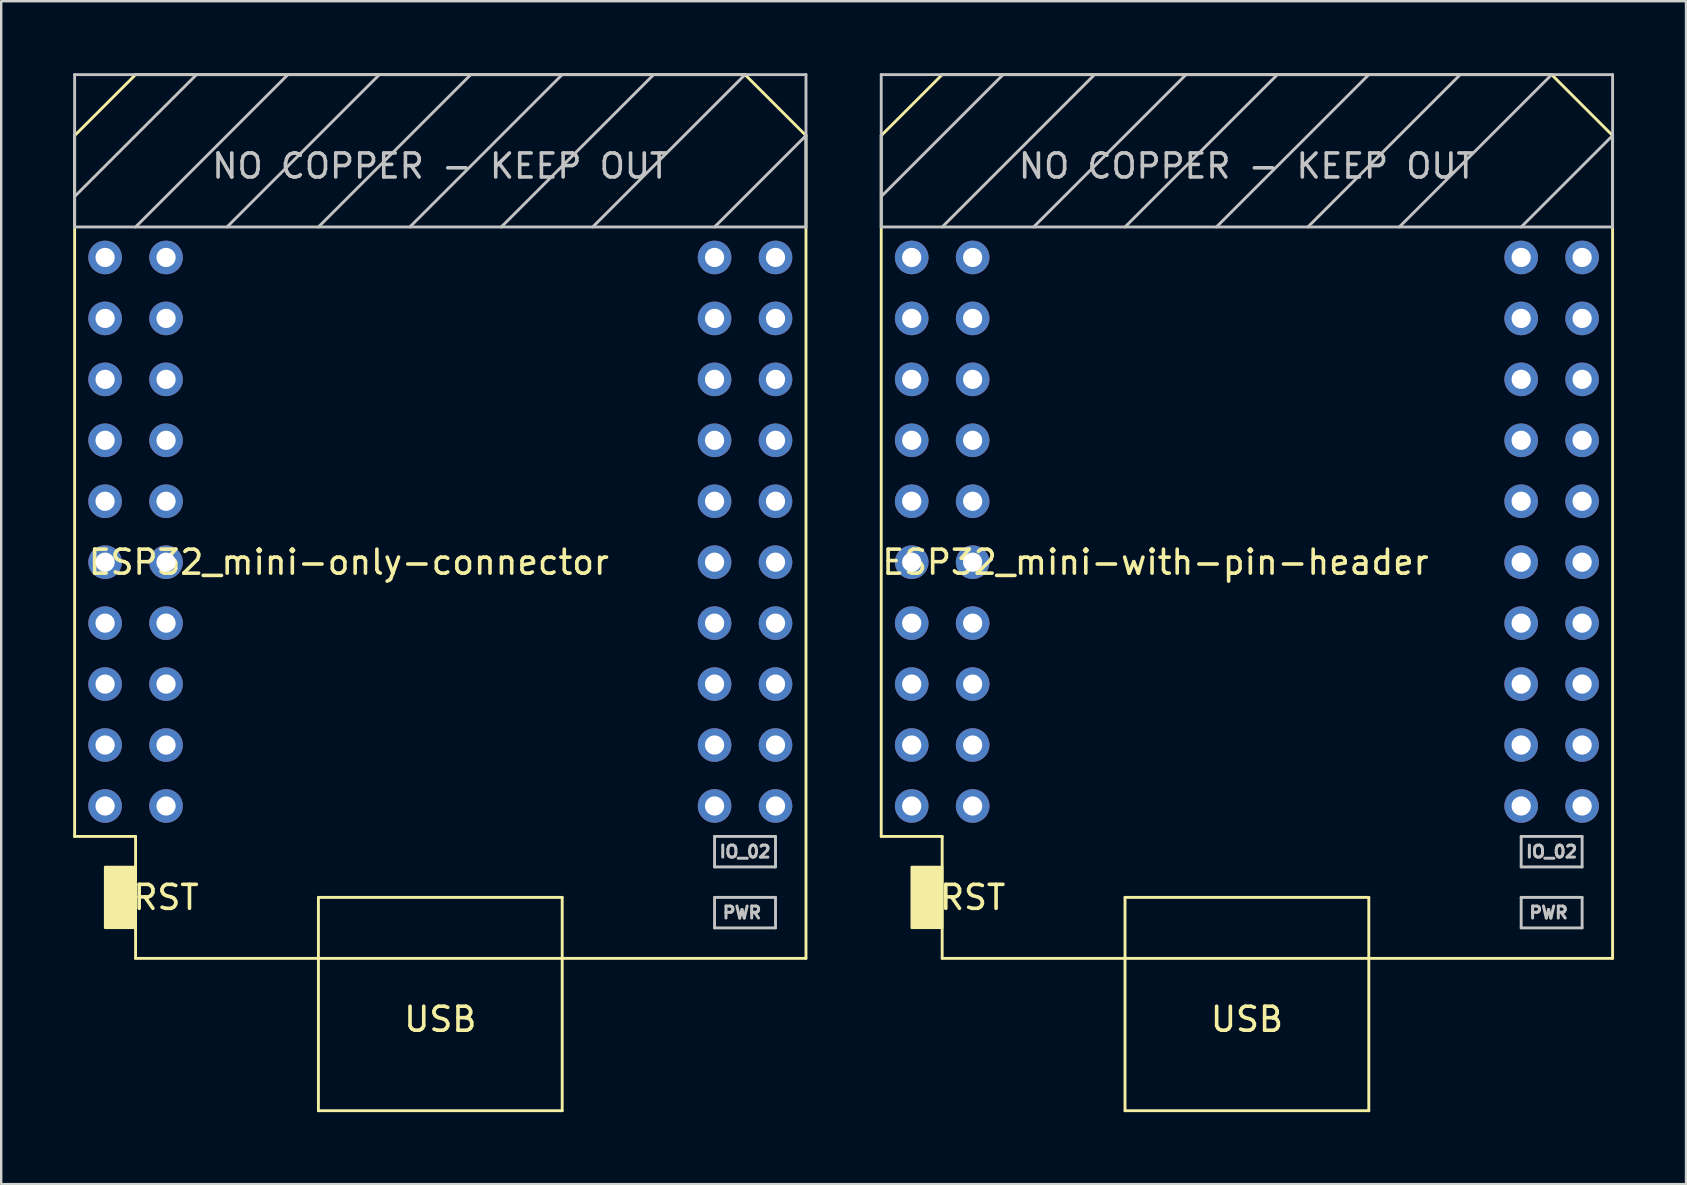
<source format=kicad_pcb>
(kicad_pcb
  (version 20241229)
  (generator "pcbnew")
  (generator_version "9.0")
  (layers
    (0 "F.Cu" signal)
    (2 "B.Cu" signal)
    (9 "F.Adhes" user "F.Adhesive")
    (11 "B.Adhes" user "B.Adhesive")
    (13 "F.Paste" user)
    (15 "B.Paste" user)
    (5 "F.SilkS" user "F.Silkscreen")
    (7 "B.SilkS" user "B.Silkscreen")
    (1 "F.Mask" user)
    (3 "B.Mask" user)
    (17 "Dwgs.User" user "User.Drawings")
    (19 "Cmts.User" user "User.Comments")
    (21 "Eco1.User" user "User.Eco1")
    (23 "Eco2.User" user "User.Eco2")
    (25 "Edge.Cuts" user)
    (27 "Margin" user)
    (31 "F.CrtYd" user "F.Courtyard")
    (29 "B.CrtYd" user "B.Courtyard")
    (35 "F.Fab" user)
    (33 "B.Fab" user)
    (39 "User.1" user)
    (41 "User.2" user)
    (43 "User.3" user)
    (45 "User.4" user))
  (footprint "ESP32_mini-with-pin-header"
    (layer "F.Cu")
    (at 48.916 19.11)
    (property "Reference" "ESP32_mini-with-pin-header" (at -3.81 1.27 0) (layer "F.SilkS") (effects (font (size 1 1) (thickness 0.15))))
    (attr through_hole)
    (fp_line (start -15.24 -16.51) (end -15.24 12.7) (stroke (width 0.12) (type solid)) (layer "F.SilkS"))
    (fp_line (start -15.24 12.7) (end -12.7 12.7) (stroke (width 0.12) (type solid)) (layer "F.SilkS"))
    (fp_line (start -12.7 -19.05) (end -15.24 -16.51) (stroke (width 0.12) (type solid)) (layer "F.SilkS"))
    (fp_line (start -12.7 -19.05) (end -11.43 -19.05) (stroke (width 0.12) (type solid)) (layer "F.SilkS"))
    (fp_line (start -12.7 12.7) (end -12.7 17.78) (stroke (width 0.12) (type solid)) (layer "F.SilkS"))
    (fp_line (start -12.7 17.78) (end 15.24 17.78) (stroke (width 0.12) (type solid)) (layer "F.SilkS"))
    (fp_line (start -5.08 15.24) (end 5.08 15.24) (stroke (width 0.12) (type solid)) (layer "F.SilkS"))
    (fp_line (start -5.08 17.78) (end -5.08 15.24) (stroke (width 0.12) (type solid)) (layer "F.SilkS"))
    (fp_line (start -5.08 17.78) (end -5.08 24.13) (stroke (width 0.12) (type solid)) (layer "F.SilkS"))
    (fp_line (start -5.08 24.13) (end 5.08 24.13) (stroke (width 0.12) (type solid)) (layer "F.SilkS"))
    (fp_line (start 5.08 15.24) (end 5.08 17.78) (stroke (width 0.12) (type solid)) (layer "F.SilkS"))
    (fp_line (start 5.08 24.13) (end 5.08 17.78) (stroke (width 0.12) (type solid)) (layer "F.SilkS"))
    (fp_line (start 12.7 -19.05) (end -11.43 -19.05) (stroke (width 0.12) (type solid)) (layer "F.SilkS"))
    (fp_line (start 12.7 -19.05) (end 15.24 -16.51) (stroke (width 0.12) (type solid)) (layer "F.SilkS"))
    (fp_line (start 15.24 -16.51) (end 15.24 17.78) (stroke (width 0.12) (type solid)) (layer "F.SilkS"))
    (fp_poly (pts (xy -13.97 16.51) (xy -13.97 13.97) (xy -12.7 13.97) (xy -12.7 16.51)) (stroke (width 0.1) (type solid)) (fill yes) (layer "F.SilkS"))
    (fp_line (start -15.24 -19.05) (end -15.24 -12.7) (stroke (width 0.12) (type solid)) (layer "Dwgs.User"))
    (fp_line (start -15.24 -12.7) (end 15.24 -12.7) (stroke (width 0.12) (type solid)) (layer "Dwgs.User"))
    (fp_line (start -10.16 -19.05) (end -15.24 -13.97) (stroke (width 0.12) (type solid)) (layer "Dwgs.User"))
    (fp_line (start -6.35 -19.05) (end -12.7 -12.7) (stroke (width 0.12) (type solid)) (layer "Dwgs.User"))
    (fp_line (start -2.54 -19.05) (end -8.89 -12.7) (stroke (width 0.12) (type solid)) (layer "Dwgs.User"))
    (fp_line (start 1.27 -19.05) (end -5.08 -12.7) (stroke (width 0.12) (type solid)) (layer "Dwgs.User"))
    (fp_line (start 5.08 -19.05) (end -1.27 -12.7) (stroke (width 0.12) (type solid)) (layer "Dwgs.User"))
    (fp_line (start 8.89 -19.05) (end 2.54 -12.7) (stroke (width 0.12) (type solid)) (layer "Dwgs.User"))
    (fp_line (start 11.43 12.7) (end 11.43 13.97) (stroke (width 0.12) (type solid)) (layer "Dwgs.User"))
    (fp_line (start 11.43 13.97) (end 13.97 13.97) (stroke (width 0.12) (type solid)) (layer "Dwgs.User"))
    (fp_line (start 11.43 15.24) (end 13.97 15.24) (stroke (width 0.12) (type solid)) (layer "Dwgs.User"))
    (fp_line (start 11.43 16.51) (end 11.43 15.24) (stroke (width 0.12) (type solid)) (layer "Dwgs.User"))
    (fp_line (start 12.7 -19.05) (end 6.35 -12.7) (stroke (width 0.12) (type solid)) (layer "Dwgs.User"))
    (fp_line (start 13.97 12.7) (end 11.43 12.7) (stroke (width 0.12) (type solid)) (layer "Dwgs.User"))
    (fp_line (start 13.97 13.97) (end 13.97 12.7) (stroke (width 0.12) (type solid)) (layer "Dwgs.User"))
    (fp_line (start 13.97 15.24) (end 13.97 16.51) (stroke (width 0.12) (type solid)) (layer "Dwgs.User"))
    (fp_line (start 13.97 16.51) (end 11.43 16.51) (stroke (width 0.12) (type solid)) (layer "Dwgs.User"))
    (fp_line (start 15.24 -19.05) (end -15.24 -19.05) (stroke (width 0.12) (type solid)) (layer "Dwgs.User"))
    (fp_line (start 15.24 -16.51) (end 11.43 -12.7) (stroke (width 0.12) (type solid)) (layer "Dwgs.User"))
    (fp_line (start 15.24 -12.7) (end 15.24 -19.05) (stroke (width 0.12) (type solid)) (layer "Dwgs.User"))
    (fp_text user "RST" (at -11.43 15.24 0) (layer "F.SilkS") (effects (font (size 1 1) (thickness 0.15))))
    (fp_text user "USB" (at 0 20.32 0) (layer "F.SilkS") (effects (font (size 1 1) (thickness 0.15))))
    (fp_text user "PWR" (at 12.573 15.875 0) (layer "Dwgs.User") (effects (font (size 0.5 0.5) (thickness 0.125))))
    (fp_text user "IO_02" (at 12.7 13.335 0) (layer "Dwgs.User") (effects (font (size 0.5 0.5) (thickness 0.125))))
    (fp_text user "NO COPPER - KEEP OUT" (at 0 -15.24 0) (layer "Dwgs.User") (effects (font (size 1 1) (thickness 0.15))))
    (pad "1" thru_hole circle (at -13.97 -11.43 270) (size 1.4 1.4) (drill 0.8) (layers "*.Cu" "*.Mask"))
    (pad "2" thru_hole circle (at -11.43 -11.43 270) (size 1.4 1.4) (drill 0.8) (layers "*.Cu" "*.Mask"))
    (pad "3" thru_hole circle (at -13.97 -8.89 270) (size 1.4 1.4) (drill 0.8) (layers "*.Cu" "*.Mask"))
    (pad "4" thru_hole circle (at -11.43 -8.89 270) (size 1.4 1.4) (drill 0.8) (layers "*.Cu" "*.Mask"))
    (pad "5" thru_hole circle (at -13.97 -6.35 270) (size 1.4 1.4) (drill 0.8) (layers "*.Cu" "*.Mask"))
    (pad "6" thru_hole circle (at -11.43 -6.35 270) (size 1.4 1.4) (drill 0.8) (layers "*.Cu" "*.Mask"))
    (pad "7" thru_hole circle (at -13.97 -3.81 270) (size 1.4 1.4) (drill 0.8) (layers "*.Cu" "*.Mask"))
    (pad "8" thru_hole circle (at -11.43 -3.81 270) (size 1.4 1.4) (drill 0.8) (layers "*.Cu" "*.Mask"))
    (pad "9" thru_hole circle (at -13.97 -1.27 270) (size 1.4 1.4) (drill 0.8) (layers "*.Cu" "*.Mask"))
    (pad "10" thru_hole circle (at -11.43 -1.27 270) (size 1.4 1.4) (drill 0.8) (layers "*.Cu" "*.Mask"))
    (pad "11" thru_hole circle (at -13.97 1.27 270) (size 1.4 1.4) (drill 0.8) (layers "*.Cu" "*.Mask"))
    (pad "12" thru_hole circle (at -11.43 1.27 270) (size 1.4 1.4) (drill 0.8) (layers "*.Cu" "*.Mask"))
    (pad "13" thru_hole circle (at -13.97 3.81 270) (size 1.4 1.4) (drill 0.8) (layers "*.Cu" "*.Mask"))
    (pad "14" thru_hole circle (at -11.43 3.81 270) (size 1.4 1.4) (drill 0.8) (layers "*.Cu" "*.Mask"))
    (pad "15" thru_hole circle (at -13.97 6.35 270) (size 1.4 1.4) (drill 0.8) (layers "*.Cu" "*.Mask"))
    (pad "16" thru_hole circle (at -11.43 6.35 270) (size 1.4 1.4) (drill 0.8) (layers "*.Cu" "*.Mask"))
    (pad "17" thru_hole circle (at -13.97 8.89 270) (size 1.4 1.4) (drill 0.8) (layers "*.Cu" "*.Mask"))
    (pad "18" thru_hole circle (at -11.43 8.89 270) (size 1.4 1.4) (drill 0.8) (layers "*.Cu" "*.Mask"))
    (pad "19" thru_hole circle (at -13.97 11.43 270) (size 1.4 1.4) (drill 0.8) (layers "*.Cu" "*.Mask"))
    (pad "20" thru_hole circle (at -11.43 11.43 270) (size 1.4 1.4) (drill 0.8) (layers "*.Cu" "*.Mask"))
    (pad "21" thru_hole circle (at 11.43 -11.43 270) (size 1.4 1.4) (drill 0.8) (layers "*.Cu" "*.Mask"))
    (pad "22" thru_hole circle (at 13.97 -11.43 270) (size 1.4 1.4) (drill 0.8) (layers "*.Cu" "*.Mask"))
    (pad "23" thru_hole circle (at 11.43 -8.89 270) (size 1.4 1.4) (drill 0.8) (layers "*.Cu" "*.Mask"))
    (pad "24" thru_hole circle (at 13.97 -8.89 270) (size 1.4 1.4) (drill 0.8) (layers "*.Cu" "*.Mask"))
    (pad "25" thru_hole circle (at 11.43 -6.35 270) (size 1.4 1.4) (drill 0.8) (layers "*.Cu" "*.Mask"))
    (pad "26" thru_hole circle (at 13.97 -6.35 270) (size 1.4 1.4) (drill 0.8) (layers "*.Cu" "*.Mask"))
    (pad "27" thru_hole circle (at 11.43 -3.81 270) (size 1.4 1.4) (drill 0.8) (layers "*.Cu" "*.Mask"))
    (pad "28" thru_hole circle (at 13.97 -3.81 270) (size 1.4 1.4) (drill 0.8) (layers "*.Cu" "*.Mask"))
    (pad "29" thru_hole circle (at 11.43 -1.27 270) (size 1.4 1.4) (drill 0.8) (layers "*.Cu" "*.Mask"))
    (pad "30" thru_hole circle (at 13.97 -1.27 270) (size 1.4 1.4) (drill 0.8) (layers "*.Cu" "*.Mask"))
    (pad "31" thru_hole circle (at 11.43 1.27 270) (size 1.4 1.4) (drill 0.8) (layers "*.Cu" "*.Mask"))
    (pad "32" thru_hole circle (at 13.97 1.27 270) (size 1.4 1.4) (drill 0.8) (layers "*.Cu" "*.Mask"))
    (pad "33" thru_hole circle (at 11.43 3.81 270) (size 1.4 1.4) (drill 0.8) (layers "*.Cu" "*.Mask"))
    (pad "34" thru_hole circle (at 13.97 3.81 270) (size 1.4 1.4) (drill 0.8) (layers "*.Cu" "*.Mask"))
    (pad "35" thru_hole circle (at 11.43 6.35 270) (size 1.4 1.4) (drill 0.8) (layers "*.Cu" "*.Mask"))
    (pad "36" thru_hole circle (at 13.97 6.35 270) (size 1.4 1.4) (drill 0.8) (layers "*.Cu" "*.Mask"))
    (pad "37" thru_hole circle (at 11.43 8.89 270) (size 1.4 1.4) (drill 0.8) (layers "*.Cu" "*.Mask"))
    (pad "38" thru_hole circle (at 13.97 8.89 270) (size 1.4 1.4) (drill 0.8) (layers "*.Cu" "*.Mask"))
    (pad "39" thru_hole circle (at 11.43 11.43 270) (size 1.4 1.4) (drill 0.8) (layers "*.Cu" "*.Mask"))
    (pad "40" thru_hole circle (at 13.97 11.43 270) (size 1.4 1.4) (drill 0.8) (layers "*.Cu" "*.Mask")))
  (footprint "ESP32_mini-only-connector"
    (layer "F.Cu")
    (at 15.3 19.11)
    (property "Reference" "ESP32_mini-only-connector" (at -3.81 1.27 0) (layer "F.SilkS") (effects (font (size 1 1) (thickness 0.15))))
    (attr through_hole)
    (fp_line (start -15.24 -16.51) (end -15.24 12.7) (stroke (width 0.12) (type solid)) (layer "F.SilkS"))
    (fp_line (start -15.24 12.7) (end -12.7 12.7) (stroke (width 0.12) (type solid)) (layer "F.SilkS"))
    (fp_line (start -12.7 -19.05) (end -15.24 -16.51) (stroke (width 0.12) (type solid)) (layer "F.SilkS"))
    (fp_line (start -12.7 -19.05) (end -11.43 -19.05) (stroke (width 0.12) (type solid)) (layer "F.SilkS"))
    (fp_line (start -12.7 12.7) (end -12.7 17.78) (stroke (width 0.12) (type solid)) (layer "F.SilkS"))
    (fp_line (start -12.7 17.78) (end 15.24 17.78) (stroke (width 0.12) (type solid)) (layer "F.SilkS"))
    (fp_line (start -5.08 15.24) (end 5.08 15.24) (stroke (width 0.12) (type solid)) (layer "F.SilkS"))
    (fp_line (start -5.08 17.78) (end -5.08 15.24) (stroke (width 0.12) (type solid)) (layer "F.SilkS"))
    (fp_line (start -5.08 17.78) (end -5.08 24.13) (stroke (width 0.12) (type solid)) (layer "F.SilkS"))
    (fp_line (start -5.08 24.13) (end 5.08 24.13) (stroke (width 0.12) (type solid)) (layer "F.SilkS"))
    (fp_line (start 5.08 15.24) (end 5.08 17.78) (stroke (width 0.12) (type solid)) (layer "F.SilkS"))
    (fp_line (start 5.08 24.13) (end 5.08 17.78) (stroke (width 0.12) (type solid)) (layer "F.SilkS"))
    (fp_line (start 12.7 -19.05) (end -11.43 -19.05) (stroke (width 0.12) (type solid)) (layer "F.SilkS"))
    (fp_line (start 12.7 -19.05) (end 15.24 -16.51) (stroke (width 0.12) (type solid)) (layer "F.SilkS"))
    (fp_line (start 15.24 -16.51) (end 15.24 17.78) (stroke (width 0.12) (type solid)) (layer "F.SilkS"))
    (fp_poly (pts (xy -13.97 16.51) (xy -13.97 13.97) (xy -12.7 13.97) (xy -12.7 16.51)) (stroke (width 0.1) (type solid)) (fill yes) (layer "F.SilkS"))
    (fp_line (start -15.24 -19.05) (end -15.24 -12.7) (stroke (width 0.12) (type solid)) (layer "Dwgs.User"))
    (fp_line (start -15.24 -12.7) (end 15.24 -12.7) (stroke (width 0.12) (type solid)) (layer "Dwgs.User"))
    (fp_line (start -10.16 -19.05) (end -15.24 -13.97) (stroke (width 0.12) (type solid)) (layer "Dwgs.User"))
    (fp_line (start -6.35 -19.05) (end -12.7 -12.7) (stroke (width 0.12) (type solid)) (layer "Dwgs.User"))
    (fp_line (start -2.54 -19.05) (end -8.89 -12.7) (stroke (width 0.12) (type solid)) (layer "Dwgs.User"))
    (fp_line (start 1.27 -19.05) (end -5.08 -12.7) (stroke (width 0.12) (type solid)) (layer "Dwgs.User"))
    (fp_line (start 5.08 -19.05) (end -1.27 -12.7) (stroke (width 0.12) (type solid)) (layer "Dwgs.User"))
    (fp_line (start 8.89 -19.05) (end 2.54 -12.7) (stroke (width 0.12) (type solid)) (layer "Dwgs.User"))
    (fp_line (start 11.43 12.7) (end 11.43 13.97) (stroke (width 0.12) (type solid)) (layer "Dwgs.User"))
    (fp_line (start 11.43 13.97) (end 13.97 13.97) (stroke (width 0.12) (type solid)) (layer "Dwgs.User"))
    (fp_line (start 11.43 15.24) (end 13.97 15.24) (stroke (width 0.12) (type solid)) (layer "Dwgs.User"))
    (fp_line (start 11.43 16.51) (end 11.43 15.24) (stroke (width 0.12) (type solid)) (layer "Dwgs.User"))
    (fp_line (start 12.7 -19.05) (end 6.35 -12.7) (stroke (width 0.12) (type solid)) (layer "Dwgs.User"))
    (fp_line (start 13.97 12.7) (end 11.43 12.7) (stroke (width 0.12) (type solid)) (layer "Dwgs.User"))
    (fp_line (start 13.97 13.97) (end 13.97 12.7) (stroke (width 0.12) (type solid)) (layer "Dwgs.User"))
    (fp_line (start 13.97 15.24) (end 13.97 16.51) (stroke (width 0.12) (type solid)) (layer "Dwgs.User"))
    (fp_line (start 13.97 16.51) (end 11.43 16.51) (stroke (width 0.12) (type solid)) (layer "Dwgs.User"))
    (fp_line (start 15.24 -19.05) (end -15.24 -19.05) (stroke (width 0.12) (type solid)) (layer "Dwgs.User"))
    (fp_line (start 15.24 -16.51) (end 11.43 -12.7) (stroke (width 0.12) (type solid)) (layer "Dwgs.User"))
    (fp_line (start 15.24 -12.7) (end 15.24 -19.05) (stroke (width 0.12) (type solid)) (layer "Dwgs.User"))
    (fp_text user "USB" (at 0 20.32 0) (layer "F.SilkS") (effects (font (size 1 1) (thickness 0.15))))
    (fp_text user "RST" (at -11.43 15.24 0) (layer "F.SilkS") (effects (font (size 1 1) (thickness 0.15))))
    (fp_text user "NO COPPER - KEEP OUT" (at 0 -15.24 0) (layer "Dwgs.User") (effects (font (size 1 1) (thickness 0.15))))
    (fp_text user "IO_02" (at 12.7 13.335 0) (layer "Dwgs.User") (effects (font (size 0.5 0.5) (thickness 0.125))))
    (fp_text user "PWR" (at 12.573 15.875 0) (layer "Dwgs.User") (effects (font (size 0.5 0.5) (thickness 0.125))))
    (pad "1" thru_hole circle (at -13.97 -11.43 270) (size 1.4 1.4) (drill 0.8) (layers "*.Cu" "*.Mask"))
    (pad "2" thru_hole circle (at -11.43 -11.43 270) (size 1.4 1.4) (drill 0.8) (layers "*.Cu" "*.Mask"))
    (pad "3" thru_hole circle (at -13.97 -8.89 270) (size 1.4 1.4) (drill 0.8) (layers "*.Cu" "*.Mask"))
    (pad "4" thru_hole circle (at -11.43 -8.89 270) (size 1.4 1.4) (drill 0.8) (layers "*.Cu" "*.Mask"))
    (pad "5" thru_hole circle (at -13.97 -6.35 270) (size 1.4 1.4) (drill 0.8) (layers "*.Cu" "*.Mask"))
    (pad "6" thru_hole circle (at -11.43 -6.35 270) (size 1.4 1.4) (drill 0.8) (layers "*.Cu" "*.Mask"))
    (pad "7" thru_hole circle (at -13.97 -3.81 270) (size 1.4 1.4) (drill 0.8) (layers "*.Cu" "*.Mask"))
    (pad "8" thru_hole circle (at -11.43 -3.81 270) (size 1.4 1.4) (drill 0.8) (layers "*.Cu" "*.Mask"))
    (pad "9" thru_hole circle (at -13.97 -1.27 270) (size 1.4 1.4) (drill 0.8) (layers "*.Cu" "*.Mask"))
    (pad "10" thru_hole circle (at -11.43 -1.27 270) (size 1.4 1.4) (drill 0.8) (layers "*.Cu" "*.Mask"))
    (pad "11" thru_hole circle (at -13.97 1.27 270) (size 1.4 1.4) (drill 0.8) (layers "*.Cu" "*.Mask"))
    (pad "12" thru_hole circle (at -11.43 1.27 270) (size 1.4 1.4) (drill 0.8) (layers "*.Cu" "*.Mask"))
    (pad "13" thru_hole circle (at -13.97 3.81 270) (size 1.4 1.4) (drill 0.8) (layers "*.Cu" "*.Mask"))
    (pad "14" thru_hole circle (at -11.43 3.81 270) (size 1.4 1.4) (drill 0.8) (layers "*.Cu" "*.Mask"))
    (pad "15" thru_hole circle (at -13.97 6.35 270) (size 1.4 1.4) (drill 0.8) (layers "*.Cu" "*.Mask"))
    (pad "16" thru_hole circle (at -11.43 6.35 270) (size 1.4 1.4) (drill 0.8) (layers "*.Cu" "*.Mask"))
    (pad "17" thru_hole circle (at -13.97 8.89 270) (size 1.4 1.4) (drill 0.8) (layers "*.Cu" "*.Mask"))
    (pad "18" thru_hole circle (at -11.43 8.89 270) (size 1.4 1.4) (drill 0.8) (layers "*.Cu" "*.Mask"))
    (pad "19" thru_hole circle (at -13.97 11.43 270) (size 1.4 1.4) (drill 0.8) (layers "*.Cu" "*.Mask"))
    (pad "20" thru_hole circle (at -11.43 11.43 270) (size 1.4 1.4) (drill 0.8) (layers "*.Cu" "*.Mask"))
    (pad "21" thru_hole circle (at 11.43 -11.43 270) (size 1.4 1.4) (drill 0.8) (layers "*.Cu" "*.Mask"))
    (pad "22" thru_hole circle (at 13.97 -11.43 270) (size 1.4 1.4) (drill 0.8) (layers "*.Cu" "*.Mask"))
    (pad "23" thru_hole circle (at 11.43 -8.89 270) (size 1.4 1.4) (drill 0.8) (layers "*.Cu" "*.Mask"))
    (pad "24" thru_hole circle (at 13.97 -8.89 270) (size 1.4 1.4) (drill 0.8) (layers "*.Cu" "*.Mask"))
    (pad "25" thru_hole circle (at 11.43 -6.35 270) (size 1.4 1.4) (drill 0.8) (layers "*.Cu" "*.Mask"))
    (pad "26" thru_hole circle (at 13.97 -6.35 270) (size 1.4 1.4) (drill 0.8) (layers "*.Cu" "*.Mask"))
    (pad "27" thru_hole circle (at 11.43 -3.81 270) (size 1.4 1.4) (drill 0.8) (layers "*.Cu" "*.Mask"))
    (pad "28" thru_hole circle (at 13.97 -3.81 270) (size 1.4 1.4) (drill 0.8) (layers "*.Cu" "*.Mask"))
    (pad "29" thru_hole circle (at 11.43 -1.27 270) (size 1.4 1.4) (drill 0.8) (layers "*.Cu" "*.Mask"))
    (pad "30" thru_hole circle (at 13.97 -1.27 270) (size 1.4 1.4) (drill 0.8) (layers "*.Cu" "*.Mask"))
    (pad "31" thru_hole circle (at 11.43 1.27 270) (size 1.4 1.4) (drill 0.8) (layers "*.Cu" "*.Mask"))
    (pad "32" thru_hole circle (at 13.97 1.27 270) (size 1.4 1.4) (drill 0.8) (layers "*.Cu" "*.Mask"))
    (pad "33" thru_hole circle (at 11.43 3.81 270) (size 1.4 1.4) (drill 0.8) (layers "*.Cu" "*.Mask"))
    (pad "34" thru_hole circle (at 13.97 3.81 270) (size 1.4 1.4) (drill 0.8) (layers "*.Cu" "*.Mask"))
    (pad "35" thru_hole circle (at 11.43 6.35 270) (size 1.4 1.4) (drill 0.8) (layers "*.Cu" "*.Mask"))
    (pad "36" thru_hole circle (at 13.97 6.35 270) (size 1.4 1.4) (drill 0.8) (layers "*.Cu" "*.Mask"))
    (pad "37" thru_hole circle (at 11.43 8.89 270) (size 1.4 1.4) (drill 0.8) (layers "*.Cu" "*.Mask"))
    (pad "38" thru_hole circle (at 13.97 8.89 270) (size 1.4 1.4) (drill 0.8) (layers "*.Cu" "*.Mask"))
    (pad "39" thru_hole circle (at 11.43 11.43 270) (size 1.4 1.4) (drill 0.8) (layers "*.Cu" "*.Mask"))
    (pad "40" thru_hole circle (at 13.97 11.43 270) (size 1.4 1.4) (drill 0.8) (layers "*.Cu" "*.Mask")))
  (gr_rect
    (start -3 -3)
    (end 67.216 46.3)
    (stroke (width 0.1) (type default))
    (fill no)
    (layer "Edge.Cuts")))
</source>
